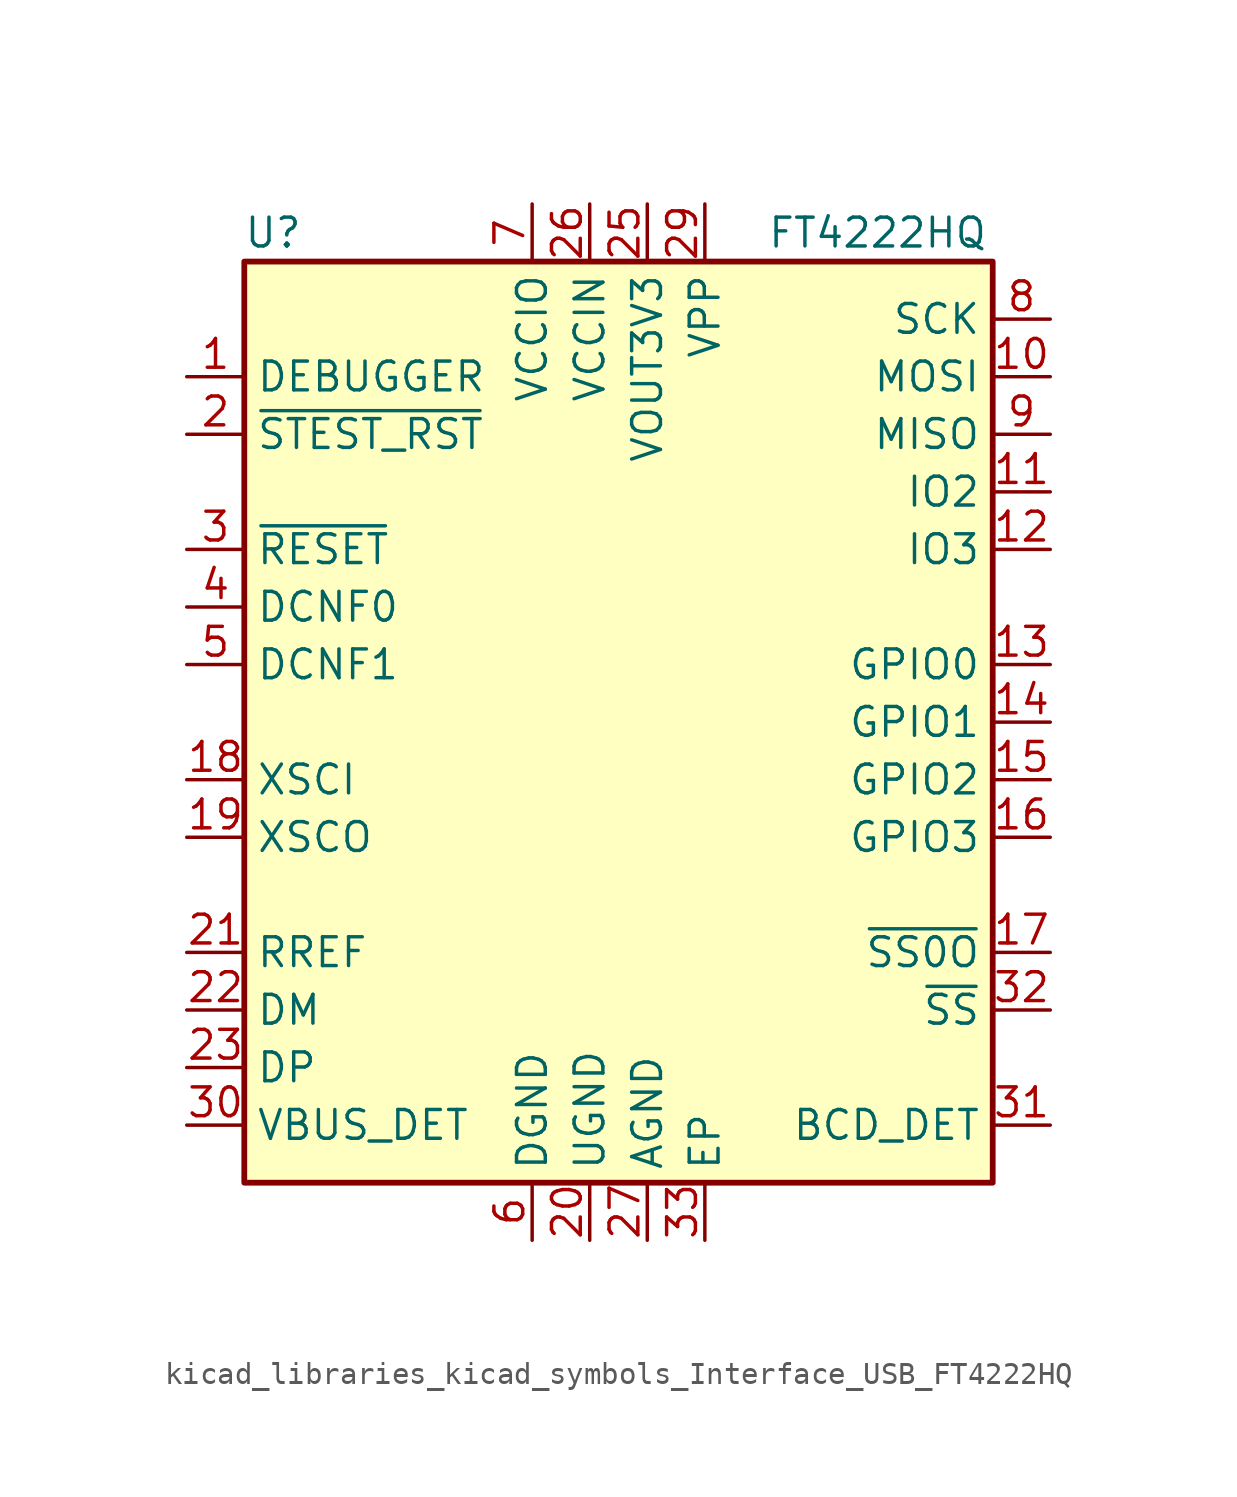
<source format=kicad_sym>
(kicad_symbol_lib
  (version 20220914)
  (generator kicad_symbol_editor)
  (symbol "kicad_libraries_kicad_symbols_Interface_USB_FT4222HQ"
    (property "Reference" "U"
      (at -16.51 21.59 0)
      (effects (font (size 1.27 1.27))))
    (property "Value" "FT4222HQ"
      (at 10.16 21.59 0)
      (effects (font (size 1.27 1.27))))
    (symbol "kicad_libraries_kicad_symbols_Interface_USB_FT4222HQ_0_1"
      (rectangle (start 15.24 20.32) (end -17.78 -20.32) (stroke (width 0.254) (type default)) (fill (type background))))
    (symbol "kicad_libraries_kicad_symbols_Interface_USB_FT4222HQ_1_1"
      (pin bidirectional line (at -20.32 15.24 0) (length 2.54) (name "DEBUGGER" (effects (font (size 1.27 1.27)))) (number "1" (effects (font (size 1.27 1.27)))))
      (pin bidirectional line (at 17.78 15.24 180) (length 2.54) (name "MOSI" (effects (font (size 1.27 1.27)))) (number "10" (effects (font (size 1.27 1.27)))))
      (pin bidirectional line (at 17.78 10.16 180) (length 2.54) (name "IO2" (effects (font (size 1.27 1.27)))) (number "11" (effects (font (size 1.27 1.27)))))
      (pin bidirectional line (at 17.78 7.62 180) (length 2.54) (name "IO3" (effects (font (size 1.27 1.27)))) (number "12" (effects (font (size 1.27 1.27)))))
      (pin bidirectional line (at 17.78 2.54 180) (length 2.54) (name "GPIO0" (effects (font (size 1.27 1.27)))) (number "13" (effects (font (size 1.27 1.27)))))
      (pin bidirectional line (at 17.78 0 180) (length 2.54) (name "GPIO1" (effects (font (size 1.27 1.27)))) (number "14" (effects (font (size 1.27 1.27)))))
      (pin bidirectional line (at 17.78 -2.54 180) (length 2.54) (name "GPIO2" (effects (font (size 1.27 1.27)))) (number "15" (effects (font (size 1.27 1.27)))))
      (pin bidirectional line (at 17.78 -5.08 180) (length 2.54) (name "GPIO3" (effects (font (size 1.27 1.27)))) (number "16" (effects (font (size 1.27 1.27)))))
      (pin output line (at 17.78 -10.16 180) (length 2.54) (name "~{SS0O}" (effects (font (size 1.27 1.27)))) (number "17" (effects (font (size 1.27 1.27)))))
      (pin input line (at -20.32 -2.54 0) (length 2.54) (name "XSCI" (effects (font (size 1.27 1.27)))) (number "18" (effects (font (size 1.27 1.27)))))
      (pin output line (at -20.32 -5.08 0) (length 2.54) (name "XSCO" (effects (font (size 1.27 1.27)))) (number "19" (effects (font (size 1.27 1.27)))))
      (pin input line (at -20.32 12.7 0) (length 2.54) (name "~{STEST_RST}" (effects (font (size 1.27 1.27)))) (number "2" (effects (font (size 1.27 1.27)))))
      (pin power_in line (at -2.54 -22.86 90) (length 2.54) (name "UGND" (effects (font (size 1.27 1.27)))) (number "20" (effects (font (size 1.27 1.27)))))
      (pin input line (at -20.32 -10.16 0) (length 2.54) (name "RREF" (effects (font (size 1.27 1.27)))) (number "21" (effects (font (size 1.27 1.27)))))
      (pin bidirectional line (at -20.32 -12.7 0) (length 2.54) (name "DM" (effects (font (size 1.27 1.27)))) (number "22" (effects (font (size 1.27 1.27)))))
      (pin bidirectional line (at -20.32 -15.24 0) (length 2.54) (name "DP" (effects (font (size 1.27 1.27)))) (number "23" (effects (font (size 1.27 1.27)))))
      (pin passive line (at -2.54 -22.86 90) (length 2.54) hide (name "UGND" (effects (font (size 1.27 1.27)))) (number "24" (effects (font (size 1.27 1.27)))))
      (pin unspecified line (at 0 22.86 270) (length 2.54) (name "VOUT3V3" (effects (font (size 1.27 1.27)))) (number "25" (effects (font (size 1.27 1.27)))))
      (pin power_in line (at -2.54 22.86 270) (length 2.54) (name "VCCIN" (effects (font (size 1.27 1.27)))) (number "26" (effects (font (size 1.27 1.27)))))
      (pin power_in line (at 0 -22.86 90) (length 2.54) (name "AGND" (effects (font (size 1.27 1.27)))) (number "27" (effects (font (size 1.27 1.27)))))
      (pin passive line (at -5.08 -22.86 90) (length 2.54) hide (name "DGND" (effects (font (size 1.27 1.27)))) (number "28" (effects (font (size 1.27 1.27)))))
      (pin power_in line (at 2.54 22.86 270) (length 2.54) (name "VPP" (effects (font (size 1.27 1.27)))) (number "29" (effects (font (size 1.27 1.27)))))
      (pin input line (at -20.32 7.62 0) (length 2.54) (name "~{RESET}" (effects (font (size 1.27 1.27)))) (number "3" (effects (font (size 1.27 1.27)))))
      (pin input line (at -20.32 -17.78 0) (length 2.54) (name "VBUS_DET" (effects (font (size 1.27 1.27)))) (number "30" (effects (font (size 1.27 1.27)))))
      (pin output line (at 17.78 -17.78 180) (length 2.54) (name "BCD_DET" (effects (font (size 1.27 1.27)))) (number "31" (effects (font (size 1.27 1.27)))))
      (pin input line (at 17.78 -12.7 180) (length 2.54) (name "~{SS}" (effects (font (size 1.27 1.27)))) (number "32" (effects (font (size 1.27 1.27)))))
      (pin power_in line (at 2.54 -22.86 90) (length 2.54) (name "EP" (effects (font (size 1.27 1.27)))) (number "33" (effects (font (size 1.27 1.27)))))
      (pin input line (at -20.32 5.08 0) (length 2.54) (name "DCNF0" (effects (font (size 1.27 1.27)))) (number "4" (effects (font (size 1.27 1.27)))))
      (pin input line (at -20.32 2.54 0) (length 2.54) (name "DCNF1" (effects (font (size 1.27 1.27)))) (number "5" (effects (font (size 1.27 1.27)))))
      (pin power_in line (at -5.08 -22.86 90) (length 2.54) (name "DGND" (effects (font (size 1.27 1.27)))) (number "6" (effects (font (size 1.27 1.27)))))
      (pin power_in line (at -5.08 22.86 270) (length 2.54) (name "VCCIO" (effects (font (size 1.27 1.27)))) (number "7" (effects (font (size 1.27 1.27)))))
      (pin bidirectional line (at 17.78 17.78 180) (length 2.54) (name "SCK" (effects (font (size 1.27 1.27)))) (number "8" (effects (font (size 1.27 1.27)))))
      (pin bidirectional line (at 17.78 12.7 180) (length 2.54) (name "MISO" (effects (font (size 1.27 1.27)))) (number "9" (effects (font (size 1.27 1.27))))))))
</source>
